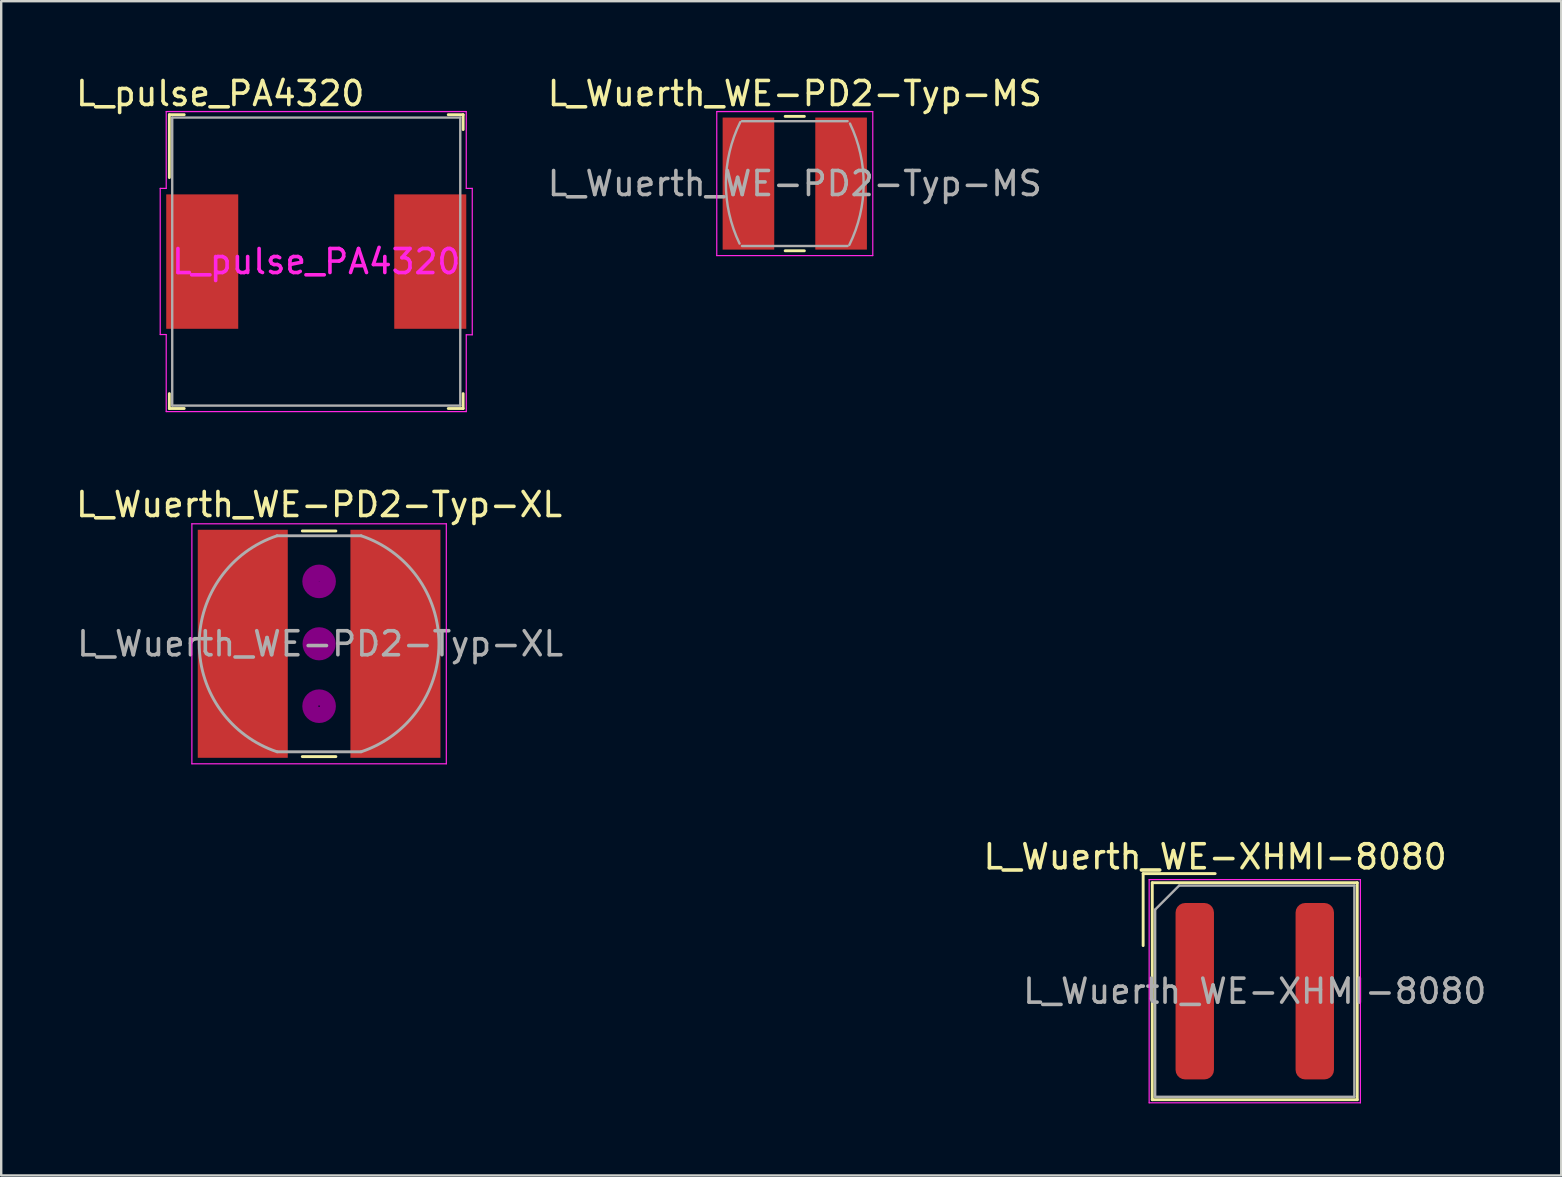
<source format=kicad_pcb>
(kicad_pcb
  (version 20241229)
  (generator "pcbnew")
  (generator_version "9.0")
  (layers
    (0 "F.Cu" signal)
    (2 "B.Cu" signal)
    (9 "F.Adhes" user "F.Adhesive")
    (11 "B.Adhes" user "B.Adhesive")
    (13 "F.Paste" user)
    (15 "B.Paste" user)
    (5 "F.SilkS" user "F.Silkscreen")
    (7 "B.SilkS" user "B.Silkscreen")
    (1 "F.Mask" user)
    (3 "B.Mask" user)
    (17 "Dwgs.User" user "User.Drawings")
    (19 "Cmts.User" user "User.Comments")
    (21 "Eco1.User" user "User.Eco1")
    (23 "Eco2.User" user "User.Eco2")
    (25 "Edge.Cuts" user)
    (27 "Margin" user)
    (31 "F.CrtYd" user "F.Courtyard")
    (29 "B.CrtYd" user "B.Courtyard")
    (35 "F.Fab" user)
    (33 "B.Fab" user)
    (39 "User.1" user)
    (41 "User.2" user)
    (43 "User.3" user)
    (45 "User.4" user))
  (footprint "L_Wuerth_WE-PD2-Typ-XL"
    (layer "F.Cu")
    (at 10.244 23.771)
    (property "Reference" "L_Wuerth_WE-PD2-Typ-XL" (at 0 -5.8 0) (layer "F.SilkS") (effects (font (size 1 1) (thickness 0.15))))
    (attr smd)
    (fp_line (start -0.7 -4.7) (end 0.7 -4.7) (stroke (width 0.12) (type solid)) (layer "F.SilkS"))
    (fp_line (start -0.7 4.7) (end 0.7 4.7) (stroke (width 0.12) (type solid)) (layer "F.SilkS"))
    (fp_circle (center 0 -2.6) (end 0.2 -2.6) (stroke (width 0.38) (type solid)) (fill no) (layer "F.Adhes"))
    (fp_circle (center 0 -2.6) (end 0.5 -2.5) (stroke (width 0.38) (type solid)) (fill no) (layer "F.Adhes"))
    (fp_circle (center 0 0) (end 0.2 0) (stroke (width 0.38) (type solid)) (fill no) (layer "F.Adhes"))
    (fp_circle (center 0 0) (end 0.5 0) (stroke (width 0.38) (type solid)) (fill no) (layer "F.Adhes"))
    (fp_circle (center 0 2.6) (end 0.1 2.8) (stroke (width 0.38) (type solid)) (fill no) (layer "F.Adhes"))
    (fp_circle (center 0 2.6) (end 0.5 2.7) (stroke (width 0.38) (type solid)) (fill no) (layer "F.Adhes"))
    (fp_line (start -5.3 -5) (end -5.3 5) (stroke (width 0.05) (type solid)) (layer "F.CrtYd"))
    (fp_line (start -5.3 5) (end 5.3 5) (stroke (width 0.05) (type solid)) (layer "F.CrtYd"))
    (fp_line (start 5.3 -5) (end -5.3 -5) (stroke (width 0.05) (type solid)) (layer "F.CrtYd"))
    (fp_line (start 5.3 5) (end 5.3 -5) (stroke (width 0.05) (type solid)) (layer "F.CrtYd"))
    (fp_line (start -1.75 4.5) (end 1.75 4.5) (stroke (width 0.12) (type solid)) (layer "F.Fab"))
    (fp_line (start 1.75 -4.5) (end -1.75 -4.5) (stroke (width 0.12) (type solid)) (layer "F.Fab"))
    (fp_arc (start -1.75 4.5) (mid -4.993416 0) (end -1.75 -4.5) (stroke (width 0.12) (type solid)) (layer "F.Fab"))
    (fp_arc (start 1.75 -4.5) (mid 4.993416 0) (end 1.75 4.5) (stroke (width 0.12) (type solid)) (layer "F.Fab"))
    (fp_text user "${REFERENCE}" (at 0.045 0 0) (layer "F.Fab") (effects (font (size 1 1) (thickness 0.15))))
    (pad "1" smd rect (at -3.18 0) (size 3.75 9.5) (layers "F.Cu" "F.Mask" "F.Paste"))
    (pad "2" smd rect (at 3.18 0) (size 3.75 9.5) (layers "F.Cu" "F.Mask" "F.Paste")))
  (footprint "L_Wuerth_WE-XHMI-8080"
    (layer "F.Cu")
    (at 49.225 38.245)
    (property "Reference" "L_Wuerth_WE-XHMI-8080" (at -1.65 -5.6 0) (layer "F.SilkS") (effects (font (size 1 1) (thickness 0.15))))
    (attr smd)
    (fp_line (start -4.65 -4.9) (end -1.65 -4.9) (stroke (width 0.12) (type solid)) (layer "F.SilkS"))
    (fp_line (start -4.65 -1.9) (end -4.65 -4.9) (stroke (width 0.12) (type solid)) (layer "F.SilkS"))
    (fp_line (start -4.27 -4.52) (end -4.27 4.52) (stroke (width 0.12) (type solid)) (layer "F.SilkS"))
    (fp_line (start -4.27 -4.52) (end 4.27 -4.52) (stroke (width 0.12) (type solid)) (layer "F.SilkS"))
    (fp_line (start -4.27 4.52) (end 4.27 4.52) (stroke (width 0.12) (type solid)) (layer "F.SilkS"))
    (fp_line (start 4.27 -4.52) (end 4.27 4.52) (stroke (width 0.12) (type solid)) (layer "F.SilkS"))
    (fp_line (start -4.4 -4.65) (end -4.4 4.65) (stroke (width 0.05) (type solid)) (layer "F.CrtYd"))
    (fp_line (start -4.4 -4.65) (end 4.4 -4.65) (stroke (width 0.05) (type solid)) (layer "F.CrtYd"))
    (fp_line (start -4.4 4.65) (end 4.4 4.65) (stroke (width 0.05) (type solid)) (layer "F.CrtYd"))
    (fp_line (start 4.4 -4.65) (end 4.4 4.65) (stroke (width 0.05) (type solid)) (layer "F.CrtYd"))
    (fp_line (start -4.15 -3.4) (end -3.15 -4.4) (stroke (width 0.1) (type solid)) (layer "F.Fab"))
    (fp_line (start -4.15 4.4) (end -4.15 -3.4) (stroke (width 0.1) (type solid)) (layer "F.Fab"))
    (fp_line (start -3.15 -4.4) (end 4.15 -4.4) (stroke (width 0.1) (type solid)) (layer "F.Fab"))
    (fp_line (start 4.15 -4.4) (end 4.15 4.4) (stroke (width 0.1) (type solid)) (layer "F.Fab"))
    (fp_line (start 4.15 4.4) (end -4.15 4.4) (stroke (width 0.1) (type solid)) (layer "F.Fab"))
    (fp_text user "" (at -49 0.05 0) (layer "F.SilkS") (effects (font (size 3 3) (thickness 0.15))))
    (fp_text user "${REFERENCE}" (at 0 0 0) (layer "F.Fab") (effects (font (size 1 1) (thickness 0.15))))
    (pad "1" smd roundrect (at -2.5 0) (size 1.6 7.35) (layers "F.Cu" "F.Mask" "F.Paste") (roundrect_rratio 0.25))
    (pad "2" smd roundrect (at 2.5 0) (size 1.6 7.35) (layers "F.Cu" "F.Mask" "F.Paste") (roundrect_rratio 0.25)))
  (footprint "L_pulse_PA4320"
    (layer "F.Cu")
    (at 10.125 7.848)
    (property "Reference" "L_pulse_PA4320" (at -4 -7 0) (layer "F.SilkS") (effects (font (size 1 1) (thickness 0.15))))
    (attr through_hole)
    (fp_line (start -6.12 -6.12) (end -6.12 -3.5) (stroke (width 0.12) (type solid)) (layer "F.SilkS"))
    (fp_line (start -6.12 -6.12) (end -5.5 -6.12) (stroke (width 0.12) (type solid)) (layer "F.SilkS"))
    (fp_line (start -6.12 5.5) (end -6.12 6.12) (stroke (width 0.12) (type solid)) (layer "F.SilkS"))
    (fp_line (start -6.12 6.12) (end -5.5 6.12) (stroke (width 0.12) (type solid)) (layer "F.SilkS"))
    (fp_line (start 5.5 -6.12) (end 6.12 -6.12) (stroke (width 0.12) (type solid)) (layer "F.SilkS"))
    (fp_line (start 5.5 6.12) (end 6.12 6.12) (stroke (width 0.12) (type solid)) (layer "F.SilkS"))
    (fp_line (start 6.12 -6.12) (end 6.12 -5.5) (stroke (width 0.12) (type solid)) (layer "F.SilkS"))
    (fp_line (start 6.12 5.5) (end 6.12 6.12) (stroke (width 0.12) (type solid)) (layer "F.SilkS"))
    (fp_line (start -6.5 3.04) (end -6.5 -3.05) (stroke (width 0.05) (type solid)) (layer "F.CrtYd"))
    (fp_line (start -6.25 -6.25) (end -6.25 -3.05) (stroke (width 0.05) (type solid)) (layer "F.CrtYd"))
    (fp_line (start -6.25 -6.25) (end 6.25 -6.25) (stroke (width 0.05) (type solid)) (layer "F.CrtYd"))
    (fp_line (start -6.25 -3.05) (end -6.5 -3.05) (stroke (width 0.05) (type solid)) (layer "F.CrtYd"))
    (fp_line (start -6.25 3.04) (end -6.5 3.04) (stroke (width 0.05) (type solid)) (layer "F.CrtYd"))
    (fp_line (start -6.25 3.05) (end -6.25 6.25) (stroke (width 0.05) (type solid)) (layer "F.CrtYd"))
    (fp_line (start 6.25 -6.25) (end 6.25 -3.05) (stroke (width 0.05) (type solid)) (layer "F.CrtYd"))
    (fp_line (start 6.25 -3.05) (end 6.5 -3.05) (stroke (width 0.05) (type solid)) (layer "F.CrtYd"))
    (fp_line (start 6.25 3.05) (end 6.25 6.25) (stroke (width 0.05) (type solid)) (layer "F.CrtYd"))
    (fp_line (start 6.25 6.25) (end -6.25 6.25) (stroke (width 0.05) (type solid)) (layer "F.CrtYd"))
    (fp_line (start 6.5 -3.05) (end 6.5 3.05) (stroke (width 0.05) (type solid)) (layer "F.CrtYd"))
    (fp_line (start 6.5 3.05) (end 6.25 3.05) (stroke (width 0.05) (type solid)) (layer "F.CrtYd"))
    (fp_line (start -6 -6) (end 6 -6) (stroke (width 0.1) (type solid)) (layer "F.Fab"))
    (fp_line (start -6 6) (end -6 -6) (stroke (width 0.1) (type solid)) (layer "F.Fab"))
    (fp_line (start 6 -6) (end 6 6) (stroke (width 0.1) (type solid)) (layer "F.Fab"))
    (fp_line (start 6 6) (end -6 6) (stroke (width 0.1) (type solid)) (layer "F.Fab"))
    (fp_text user "${REFERENCE}" (at 0 0 0) (layer "F.CrtYd") (effects (font (size 1 1) (thickness 0.15))))
    (pad "1" smd rect (at -4.75 0 90) (size 5.6 3) (layers "F.Cu" "F.Mask" "F.Paste"))
    (pad "2" smd rect (at 4.75 0 90) (size 5.6 3) (layers "F.Cu" "F.Mask" "F.Paste")))
  (footprint "L_Wuerth_WE-PD2-Typ-MS"
    (layer "F.Cu")
    (at 30.061 4.598)
    (property "Reference" "L_Wuerth_WE-PD2-Typ-MS" (at 0 -3.75 0) (layer "F.SilkS") (effects (font (size 1 1) (thickness 0.15))))
    (attr smd)
    (fp_line (start -0.4 -2.8) (end 0.4 -2.8) (stroke (width 0.12) (type solid)) (layer "F.SilkS"))
    (fp_line (start -0.4 2.8) (end 0.4 2.8) (stroke (width 0.12) (type solid)) (layer "F.SilkS"))
    (fp_line (start -3.25 -3) (end 3.25 -3) (stroke (width 0.05) (type solid)) (layer "F.CrtYd"))
    (fp_line (start -3.25 3) (end -3.25 -3) (stroke (width 0.05) (type solid)) (layer "F.CrtYd"))
    (fp_line (start 3.25 -3) (end 3.25 3) (stroke (width 0.05) (type solid)) (layer "F.CrtYd"))
    (fp_line (start 3.25 3) (end -3.25 3) (stroke (width 0.05) (type solid)) (layer "F.CrtYd"))
    (fp_line (start -2.2 -2.6) (end 2.2 -2.6) (stroke (width 0.1) (type solid)) (layer "F.Fab"))
    (fp_line (start 2.2 2.6) (end -2.2 2.6) (stroke (width 0.1) (type solid)) (layer "F.Fab"))
    (fp_arc (start -2.3 2.5) (mid -2.869657 -0.032545) (end -2.271467 -2.558502) (stroke (width 0.1) (type solid)) (layer "F.Fab"))
    (fp_arc (start 2.3 -2.5) (mid 2.869657 0.032545) (end 2.271467 2.558502) (stroke (width 0.1) (type solid)) (layer "F.Fab"))
    (fp_text user "${REFERENCE}" (at 0 0 0) (layer "F.Fab") (effects (font (size 1 1) (thickness 0.15))))
    (pad "1" smd rect (at -1.93 0) (size 2.15 5.5) (layers "F.Cu" "F.Mask" "F.Paste"))
    (pad "2" smd rect (at 1.93 0) (size 2.15 5.5) (layers "F.Cu" "F.Mask" "F.Paste")))
  (gr_rect
    (start -3 -3)
    (end 61.993 45.92)
    (stroke (width 0.1) (type default))
    (fill no)
    (layer "Edge.Cuts")))
</source>
